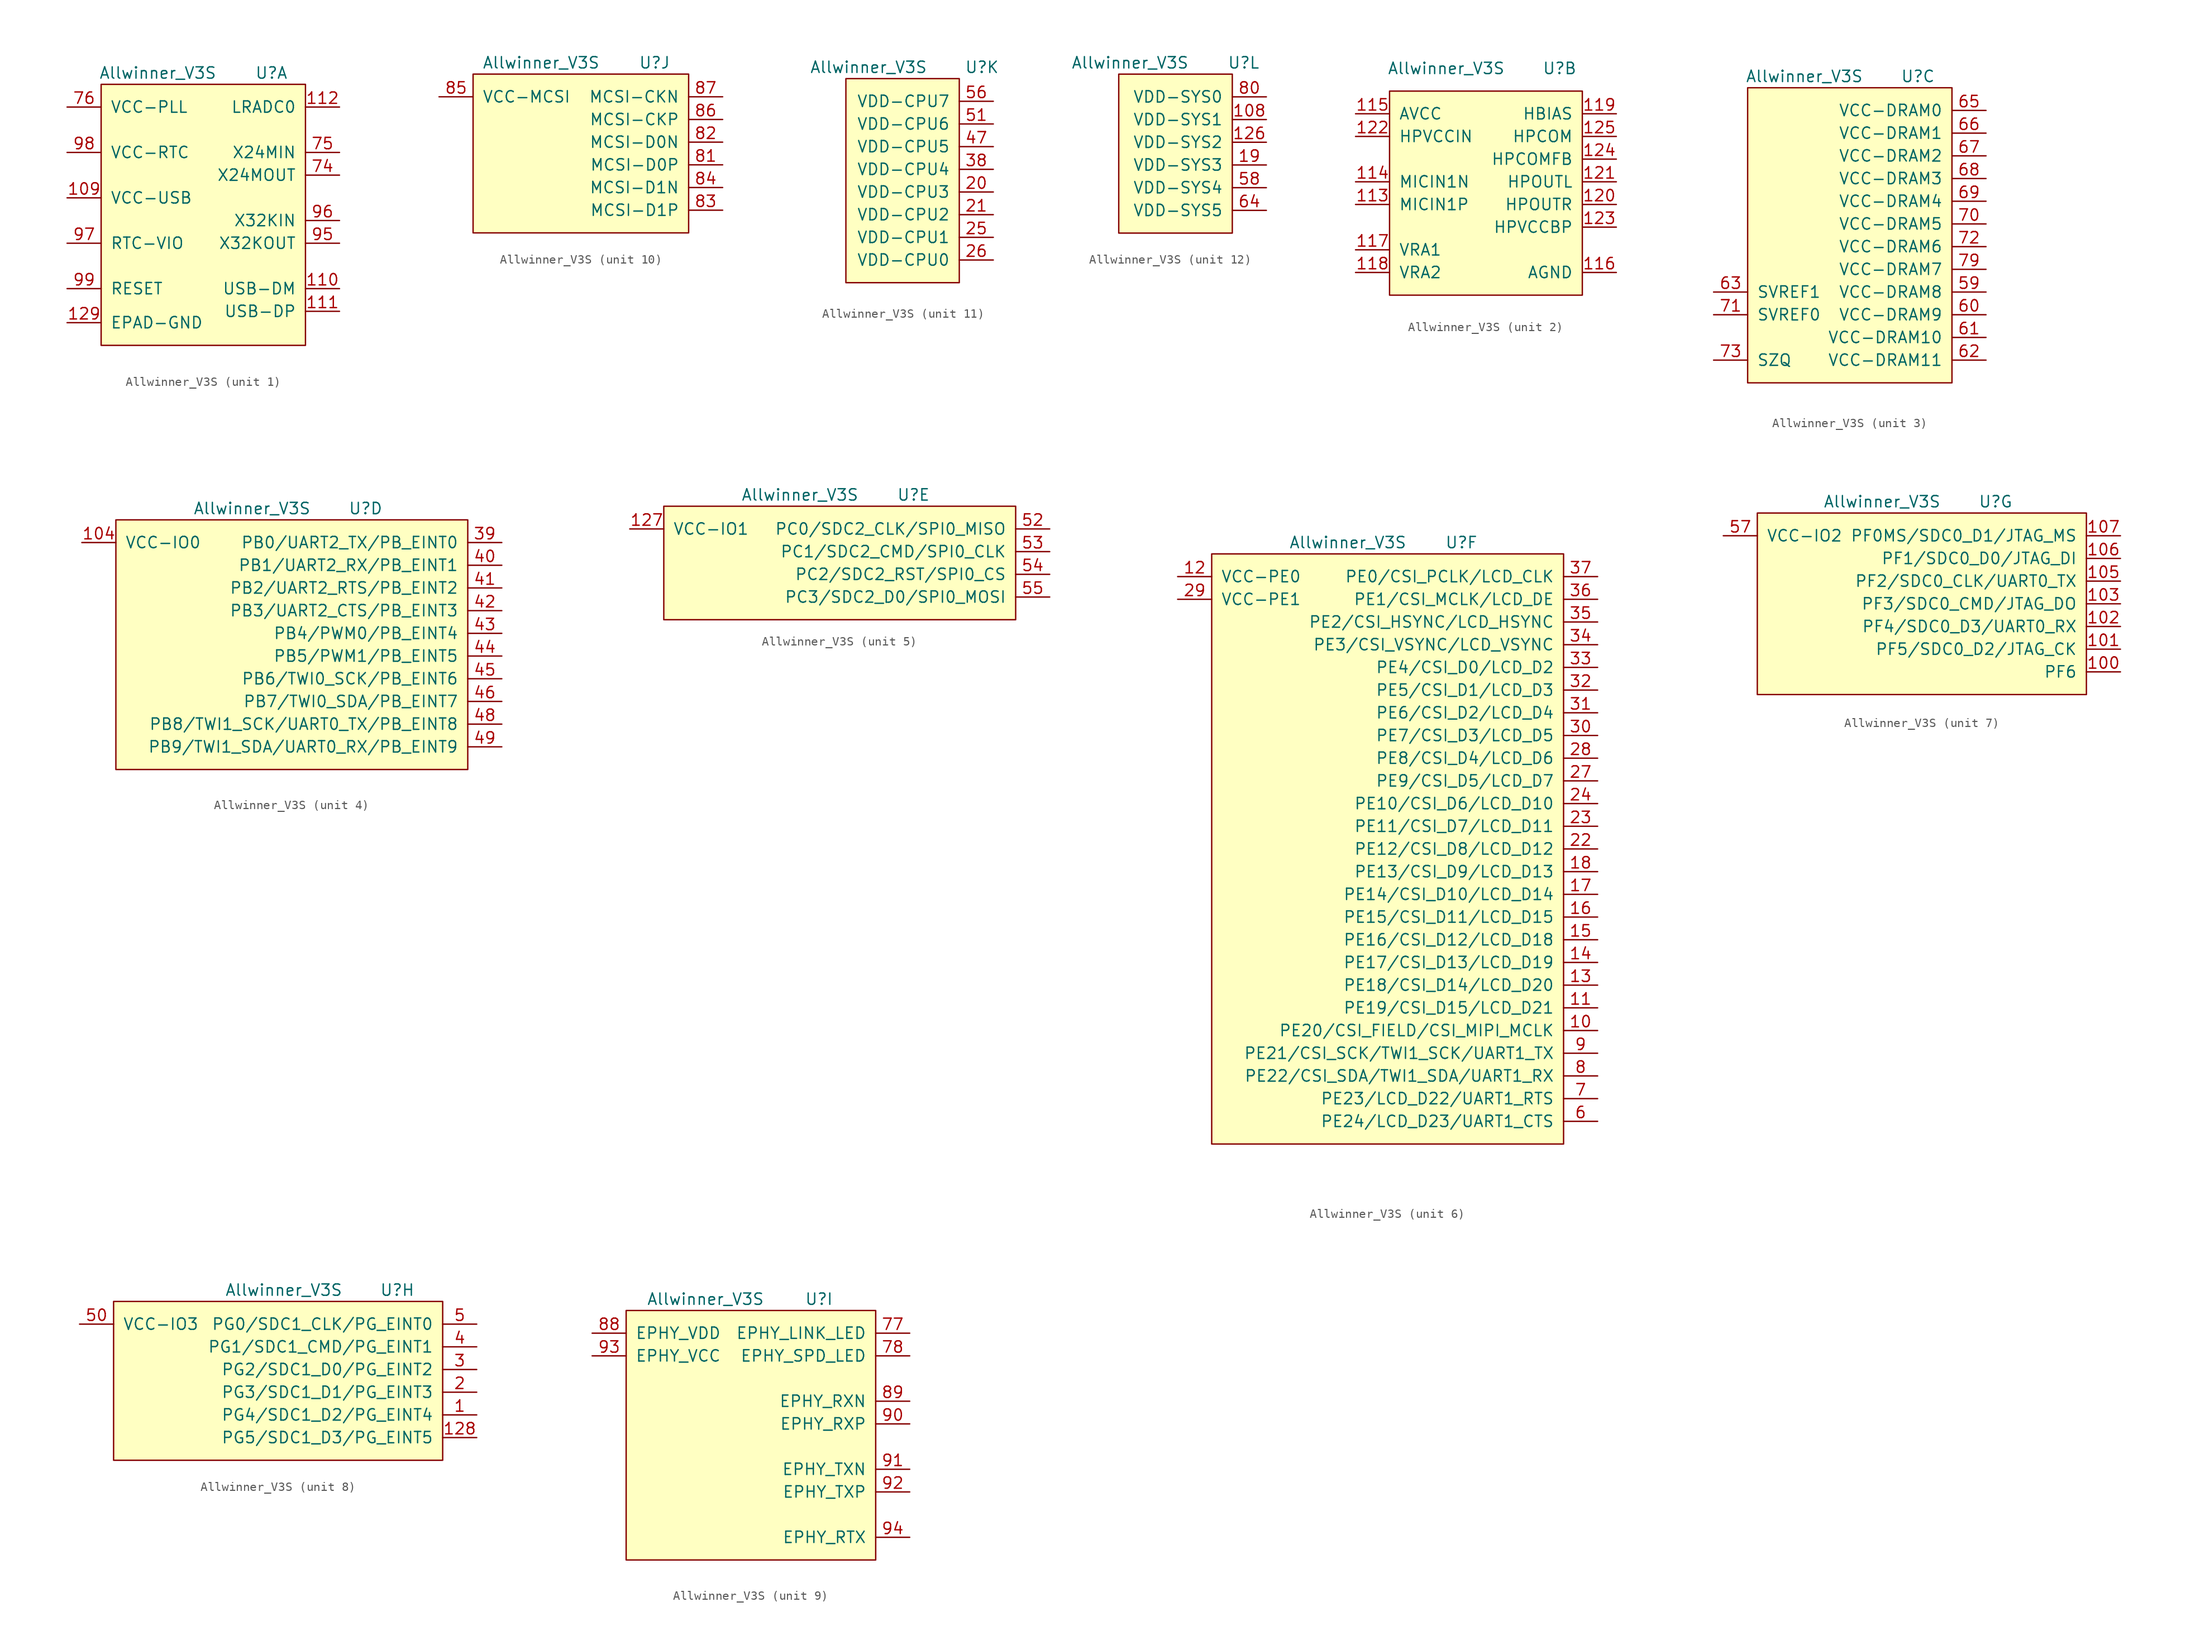
<source format=kicad_sym>
(kicad_symbol_lib
  (version 20220914)
  (generator kicad_symbol_editor)
  (symbol "Allwinner_V3S"
    (pin_names
      (offset 1.016))
    (property "Reference" "U"
      (at 7.62 1.27 0)
      (effects (font (size 1.27 1.27))))
    (property "Value" "Allwinner_V3S"
      (at -5.08 1.27 0)
      (effects (font (size 1.27 1.27))))
    (property "ki_locked" ""
      (at 0 0 0)
      (effects (font (size 1.27 1.27))))
    (symbol "Allwinner_V3S_1_0"
      (pin bidirectional line (at 15.24 -22.86 180) (length 3.81) (name "USB-DM" (effects (font (size 1.27 1.27)))) (number "110" (effects (font (size 1.27 1.27)))))
      (pin bidirectional line (at 15.24 -25.4 180) (length 3.81) (name "USB-DP" (effects (font (size 1.27 1.27)))) (number "111" (effects (font (size 1.27 1.27)))))
      (pin input line (at 15.24 -2.54 180) (length 3.81) (name "LRADC0" (effects (font (size 1.27 1.27)))) (number "112" (effects (font (size 1.27 1.27)))))
      (pin output line (at 15.24 -10.16 180) (length 3.81) (name "X24MOUT" (effects (font (size 1.27 1.27)))) (number "74" (effects (font (size 1.27 1.27)))))
      (pin input line (at 15.24 -7.62 180) (length 3.81) (name "X24MIN" (effects (font (size 1.27 1.27)))) (number "75" (effects (font (size 1.27 1.27)))))
      (pin output line (at 15.24 -17.78 180) (length 3.81) (name "X32KOUT" (effects (font (size 1.27 1.27)))) (number "95" (effects (font (size 1.27 1.27)))))
      (pin input line (at 15.24 -15.24 180) (length 3.81) (name "X32KIN" (effects (font (size 1.27 1.27)))) (number "96" (effects (font (size 1.27 1.27)))))
      (pin power_out line (at -15.24 -17.78 0) (length 3.81) (name "RTC-VIO" (effects (font (size 1.27 1.27)))) (number "97" (effects (font (size 1.27 1.27)))))
      (pin input line (at -15.24 -22.86 0) (length 3.81) (name "RESET" (effects (font (size 1.27 1.27)))) (number "99" (effects (font (size 1.27 1.27))))))
    (symbol "Allwinner_V3S_1_1"
      (rectangle (start -11.43 0) (end 11.43 -29.21) (stroke (width 0) (type solid)) (fill (type background)))
      (pin power_in line (at -15.24 -12.7 0) (length 3.81) (name "VCC-USB" (effects (font (size 1.27 1.27)))) (number "109" (effects (font (size 1.27 1.27)))))
      (pin power_in line (at -15.24 -26.67 0) (length 3.81) (name "EPAD-GND" (effects (font (size 1.27 1.27)))) (number "129" (effects (font (size 1.27 1.27)))))
      (pin power_in line (at -15.24 -2.54 0) (length 3.81) (name "VCC-PLL" (effects (font (size 1.27 1.27)))) (number "76" (effects (font (size 1.27 1.27)))))
      (pin power_in line (at -15.24 -7.62 0) (length 3.81) (name "VCC-RTC" (effects (font (size 1.27 1.27)))) (number "98" (effects (font (size 1.27 1.27))))))
    (symbol "Allwinner_V3S_2_0"
      (pin bidirectional line (at -15.24 -13.97 0) (length 3.81) (name "MICIN1P" (effects (font (size 1.27 1.27)))) (number "113" (effects (font (size 1.27 1.27)))))
      (pin bidirectional line (at -15.24 -11.43 0) (length 3.81) (name "MICIN1N" (effects (font (size 1.27 1.27)))) (number "114" (effects (font (size 1.27 1.27)))))
      (pin power_in line (at -15.24 -3.81 0) (length 3.81) (name "AVCC" (effects (font (size 1.27 1.27)))) (number "115" (effects (font (size 1.27 1.27)))))
      (pin power_in line (at 13.97 -21.59 180) (length 3.81) (name "AGND" (effects (font (size 1.27 1.27)))) (number "116" (effects (font (size 1.27 1.27)))))
      (pin output line (at -15.24 -19.05 0) (length 3.81) (name "VRA1" (effects (font (size 1.27 1.27)))) (number "117" (effects (font (size 1.27 1.27)))))
      (pin output line (at -15.24 -21.59 0) (length 3.81) (name "VRA2" (effects (font (size 1.27 1.27)))) (number "118" (effects (font (size 1.27 1.27)))))
      (pin output line (at 13.97 -3.81 180) (length 3.81) (name "HBIAS" (effects (font (size 1.27 1.27)))) (number "119" (effects (font (size 1.27 1.27)))))
      (pin output line (at 13.97 -13.97 180) (length 3.81) (name "HPOUTR" (effects (font (size 1.27 1.27)))) (number "120" (effects (font (size 1.27 1.27)))))
      (pin output line (at 13.97 -11.43 180) (length 3.81) (name "HPOUTL" (effects (font (size 1.27 1.27)))) (number "121" (effects (font (size 1.27 1.27)))))
      (pin power_in line (at -15.24 -6.35 0) (length 3.81) (name "HPVCCIN" (effects (font (size 1.27 1.27)))) (number "122" (effects (font (size 1.27 1.27)))))
      (pin input line (at 13.97 -16.51 180) (length 3.81) (name "HPVCCBP" (effects (font (size 1.27 1.27)))) (number "123" (effects (font (size 1.27 1.27)))))
      (pin input line (at 13.97 -8.89 180) (length 3.81) (name "HPCOMFB" (effects (font (size 1.27 1.27)))) (number "124" (effects (font (size 1.27 1.27)))))
      (pin output line (at 13.97 -6.35 180) (length 3.81) (name "HPCOM" (effects (font (size 1.27 1.27)))) (number "125" (effects (font (size 1.27 1.27))))))
    (symbol "Allwinner_V3S_2_1"
      (rectangle (start -11.43 -1.27) (end 10.16 -24.13) (stroke (width 0) (type solid)) (fill (type background))))
    (symbol "Allwinner_V3S_3_0"
      (pin power_in line (at 15.24 -22.86 180) (length 3.81) (name "VCC-DRAM8" (effects (font (size 1.27 1.27)))) (number "59" (effects (font (size 1.27 1.27)))))
      (pin power_in line (at 15.24 -25.4 180) (length 3.81) (name "VCC-DRAM9" (effects (font (size 1.27 1.27)))) (number "60" (effects (font (size 1.27 1.27)))))
      (pin power_in line (at 15.24 -27.94 180) (length 3.81) (name "VCC-DRAM10" (effects (font (size 1.27 1.27)))) (number "61" (effects (font (size 1.27 1.27)))))
      (pin power_in line (at 15.24 -30.48 180) (length 3.81) (name "VCC-DRAM11" (effects (font (size 1.27 1.27)))) (number "62" (effects (font (size 1.27 1.27)))))
      (pin power_in line (at 15.24 -2.54 180) (length 3.81) (name "VCC-DRAM0" (effects (font (size 1.27 1.27)))) (number "65" (effects (font (size 1.27 1.27)))))
      (pin power_in line (at 15.24 -5.08 180) (length 3.81) (name "VCC-DRAM1" (effects (font (size 1.27 1.27)))) (number "66" (effects (font (size 1.27 1.27)))))
      (pin power_in line (at 15.24 -7.62 180) (length 3.81) (name "VCC-DRAM2" (effects (font (size 1.27 1.27)))) (number "67" (effects (font (size 1.27 1.27)))))
      (pin power_in line (at 15.24 -10.16 180) (length 3.81) (name "VCC-DRAM3" (effects (font (size 1.27 1.27)))) (number "68" (effects (font (size 1.27 1.27)))))
      (pin power_in line (at 15.24 -12.7 180) (length 3.81) (name "VCC-DRAM4" (effects (font (size 1.27 1.27)))) (number "69" (effects (font (size 1.27 1.27)))))
      (pin power_in line (at 15.24 -15.24 180) (length 3.81) (name "VCC-DRAM5" (effects (font (size 1.27 1.27)))) (number "70" (effects (font (size 1.27 1.27)))))
      (pin power_in line (at 15.24 -17.78 180) (length 3.81) (name "VCC-DRAM6" (effects (font (size 1.27 1.27)))) (number "72" (effects (font (size 1.27 1.27)))))
      (pin power_in line (at 15.24 -20.32 180) (length 3.81) (name "VCC-DRAM7" (effects (font (size 1.27 1.27)))) (number "79" (effects (font (size 1.27 1.27))))))
    (symbol "Allwinner_V3S_3_1"
      (rectangle (start -11.43 0) (end 11.43 -33.02) (stroke (width 0) (type solid)) (fill (type background)))
      (pin input line (at -15.24 -22.86 0) (length 3.81) (name "SVREF1" (effects (font (size 1.27 1.27)))) (number "63" (effects (font (size 1.27 1.27)))))
      (pin input line (at -15.24 -25.4 0) (length 3.81) (name "SVREF0" (effects (font (size 1.27 1.27)))) (number "71" (effects (font (size 1.27 1.27)))))
      (pin input line (at -15.24 -30.48 0) (length 3.81) (name "SZQ" (effects (font (size 1.27 1.27)))) (number "73" (effects (font (size 1.27 1.27))))))
    (symbol "Allwinner_V3S_4_0"
      (pin bidirectional line (at 22.86 -2.54 180) (length 3.81) (name "PB0/UART2_TX/PB_EINT0" (effects (font (size 1.27 1.27)))) (number "39" (effects (font (size 1.27 1.27)))))
      (pin bidirectional line (at 22.86 -5.08 180) (length 3.81) (name "PB1/UART2_RX/PB_EINT1" (effects (font (size 1.27 1.27)))) (number "40" (effects (font (size 1.27 1.27)))))
      (pin bidirectional line (at 22.86 -7.62 180) (length 3.81) (name "PB2/UART2_RTS/PB_EINT2" (effects (font (size 1.27 1.27)))) (number "41" (effects (font (size 1.27 1.27)))))
      (pin bidirectional line (at 22.86 -10.16 180) (length 3.81) (name "PB3/UART2_CTS/PB_EINT3" (effects (font (size 1.27 1.27)))) (number "42" (effects (font (size 1.27 1.27)))))
      (pin bidirectional line (at 22.86 -12.7 180) (length 3.81) (name "PB4/PWM0/PB_EINT4" (effects (font (size 1.27 1.27)))) (number "43" (effects (font (size 1.27 1.27)))))
      (pin bidirectional line (at 22.86 -15.24 180) (length 3.81) (name "PB5/PWM1/PB_EINT5" (effects (font (size 1.27 1.27)))) (number "44" (effects (font (size 1.27 1.27)))))
      (pin bidirectional line (at 22.86 -17.78 180) (length 3.81) (name "PB6/TWI0_SCK/PB_EINT6" (effects (font (size 1.27 1.27)))) (number "45" (effects (font (size 1.27 1.27)))))
      (pin bidirectional line (at 22.86 -20.32 180) (length 3.81) (name "PB7/TWI0_SDA/PB_EINT7" (effects (font (size 1.27 1.27)))) (number "46" (effects (font (size 1.27 1.27)))))
      (pin bidirectional line (at 22.86 -22.86 180) (length 3.81) (name "PB8/TWI1_SCK/UART0_TX/PB_EINT8" (effects (font (size 1.27 1.27)))) (number "48" (effects (font (size 1.27 1.27)))))
      (pin bidirectional line (at 22.86 -25.4 180) (length 3.81) (name "PB9/TWI1_SDA/UART0_RX/PB_EINT9" (effects (font (size 1.27 1.27)))) (number "49" (effects (font (size 1.27 1.27))))))
    (symbol "Allwinner_V3S_4_1"
      (rectangle (start -20.32 0) (end 19.05 -27.94) (stroke (width 0) (type solid)) (fill (type background)))
      (pin power_in line (at -24.13 -2.54 0) (length 3.81) (name "VCC-IO0" (effects (font (size 1.27 1.27)))) (number "104" (effects (font (size 1.27 1.27))))))
    (symbol "Allwinner_V3S_5_0"
      (pin bidirectional line (at 22.86 -2.54 180) (length 3.81) (name "PC0/SDC2_CLK/SPI0_MISO" (effects (font (size 1.27 1.27)))) (number "52" (effects (font (size 1.27 1.27)))))
      (pin bidirectional line (at 22.86 -5.08 180) (length 3.81) (name "PC1/SDC2_CMD/SPI0_CLK" (effects (font (size 1.27 1.27)))) (number "53" (effects (font (size 1.27 1.27)))))
      (pin bidirectional line (at 22.86 -7.62 180) (length 3.81) (name "PC2/SDC2_RST/SPI0_CS" (effects (font (size 1.27 1.27)))) (number "54" (effects (font (size 1.27 1.27)))))
      (pin bidirectional line (at 22.86 -10.16 180) (length 3.81) (name "PC3/SDC2_D0/SPI0_MOSI" (effects (font (size 1.27 1.27)))) (number "55" (effects (font (size 1.27 1.27))))))
    (symbol "Allwinner_V3S_5_1"
      (rectangle (start 19.05 0) (end -20.32 -12.7) (stroke (width 0) (type solid)) (fill (type background)))
      (pin power_in line (at -24.13 -2.54 0) (length 3.81) (name "VCC-IO1" (effects (font (size 1.27 1.27)))) (number "127" (effects (font (size 1.27 1.27))))))
    (symbol "Allwinner_V3S_6_0"
      (pin bidirectional line (at 22.86 -53.34 180) (length 3.81) (name "PE20/CSI_FIELD/CSI_MIPI_MCLK" (effects (font (size 1.27 1.27)))) (number "10" (effects (font (size 1.27 1.27)))))
      (pin bidirectional line (at 22.86 -50.8 180) (length 3.81) (name "PE19/CSI_D15/LCD_D21" (effects (font (size 1.27 1.27)))) (number "11" (effects (font (size 1.27 1.27)))))
      (pin bidirectional line (at 22.86 -48.26 180) (length 3.81) (name "PE18/CSI_D14/LCD_D20" (effects (font (size 1.27 1.27)))) (number "13" (effects (font (size 1.27 1.27)))))
      (pin bidirectional line (at 22.86 -45.72 180) (length 3.81) (name "PE17/CSI_D13/LCD_D19" (effects (font (size 1.27 1.27)))) (number "14" (effects (font (size 1.27 1.27)))))
      (pin bidirectional line (at 22.86 -43.18 180) (length 3.81) (name "PE16/CSI_D12/LCD_D18" (effects (font (size 1.27 1.27)))) (number "15" (effects (font (size 1.27 1.27)))))
      (pin bidirectional line (at 22.86 -40.64 180) (length 3.81) (name "PE15/CSI_D11/LCD_D15" (effects (font (size 1.27 1.27)))) (number "16" (effects (font (size 1.27 1.27)))))
      (pin bidirectional line (at 22.86 -38.1 180) (length 3.81) (name "PE14/CSI_D10/LCD_D14" (effects (font (size 1.27 1.27)))) (number "17" (effects (font (size 1.27 1.27)))))
      (pin bidirectional line (at 22.86 -35.56 180) (length 3.81) (name "PE13/CSI_D9/LCD_D13" (effects (font (size 1.27 1.27)))) (number "18" (effects (font (size 1.27 1.27)))))
      (pin bidirectional line (at 22.86 -33.02 180) (length 3.81) (name "PE12/CSI_D8/LCD_D12" (effects (font (size 1.27 1.27)))) (number "22" (effects (font (size 1.27 1.27)))))
      (pin bidirectional line (at 22.86 -30.48 180) (length 3.81) (name "PE11/CSI_D7/LCD_D11" (effects (font (size 1.27 1.27)))) (number "23" (effects (font (size 1.27 1.27)))))
      (pin bidirectional line (at 22.86 -27.94 180) (length 3.81) (name "PE10/CSI_D6/LCD_D10" (effects (font (size 1.27 1.27)))) (number "24" (effects (font (size 1.27 1.27)))))
      (pin bidirectional line (at 22.86 -25.4 180) (length 3.81) (name "PE9/CSI_D5/LCD_D7" (effects (font (size 1.27 1.27)))) (number "27" (effects (font (size 1.27 1.27)))))
      (pin bidirectional line (at 22.86 -22.86 180) (length 3.81) (name "PE8/CSI_D4/LCD_D6" (effects (font (size 1.27 1.27)))) (number "28" (effects (font (size 1.27 1.27)))))
      (pin bidirectional line (at 22.86 -20.32 180) (length 3.81) (name "PE7/CSI_D3/LCD_D5" (effects (font (size 1.27 1.27)))) (number "30" (effects (font (size 1.27 1.27)))))
      (pin bidirectional line (at 22.86 -17.78 180) (length 3.81) (name "PE6/CSI_D2/LCD_D4" (effects (font (size 1.27 1.27)))) (number "31" (effects (font (size 1.27 1.27)))))
      (pin bidirectional line (at 22.86 -15.24 180) (length 3.81) (name "PE5/CSI_D1/LCD_D3" (effects (font (size 1.27 1.27)))) (number "32" (effects (font (size 1.27 1.27)))))
      (pin bidirectional line (at 22.86 -12.7 180) (length 3.81) (name "PE4/CSI_D0/LCD_D2" (effects (font (size 1.27 1.27)))) (number "33" (effects (font (size 1.27 1.27)))))
      (pin bidirectional line (at 22.86 -10.16 180) (length 3.81) (name "PE3/CSI_VSYNC/LCD_VSYNC" (effects (font (size 1.27 1.27)))) (number "34" (effects (font (size 1.27 1.27)))))
      (pin bidirectional line (at 22.86 -7.62 180) (length 3.81) (name "PE2/CSI_HSYNC/LCD_HSYNC" (effects (font (size 1.27 1.27)))) (number "35" (effects (font (size 1.27 1.27)))))
      (pin bidirectional line (at 22.86 -5.08 180) (length 3.81) (name "PE1/CSI_MCLK/LCD_DE" (effects (font (size 1.27 1.27)))) (number "36" (effects (font (size 1.27 1.27)))))
      (pin bidirectional line (at 22.86 -2.54 180) (length 3.81) (name "PE0/CSI_PCLK/LCD_CLK" (effects (font (size 1.27 1.27)))) (number "37" (effects (font (size 1.27 1.27)))))
      (pin bidirectional line (at 22.86 -63.5 180) (length 3.81) (name "PE24/LCD_D23/UART1_CTS" (effects (font (size 1.27 1.27)))) (number "6" (effects (font (size 1.27 1.27)))))
      (pin bidirectional line (at 22.86 -60.96 180) (length 3.81) (name "PE23/LCD_D22/UART1_RTS" (effects (font (size 1.27 1.27)))) (number "7" (effects (font (size 1.27 1.27)))))
      (pin bidirectional line (at 22.86 -58.42 180) (length 3.81) (name "PE22/CSI_SDA/TWI1_SDA/UART1_RX" (effects (font (size 1.27 1.27)))) (number "8" (effects (font (size 1.27 1.27)))))
      (pin bidirectional line (at 22.86 -55.88 180) (length 3.81) (name "PE21/CSI_SCK/TWI1_SCK/UART1_TX" (effects (font (size 1.27 1.27)))) (number "9" (effects (font (size 1.27 1.27))))))
    (symbol "Allwinner_V3S_6_1"
      (rectangle (start 19.05 0) (end -20.32 -66.04) (stroke (width 0) (type solid)) (fill (type background)))
      (pin power_in line (at -24.13 -2.54 0) (length 3.81) (name "VCC-PE0" (effects (font (size 1.27 1.27)))) (number "12" (effects (font (size 1.27 1.27)))))
      (pin power_in line (at -24.13 -5.08 0) (length 3.81) (name "VCC-PE1" (effects (font (size 1.27 1.27)))) (number "29" (effects (font (size 1.27 1.27))))))
    (symbol "Allwinner_V3S_7_0"
      (pin bidirectional line (at 21.59 -17.78 180) (length 3.81) (name "PF6" (effects (font (size 1.27 1.27)))) (number "100" (effects (font (size 1.27 1.27)))))
      (pin bidirectional line (at 21.59 -15.24 180) (length 3.81) (name "PF5/SDC0_D2/JTAG_CK" (effects (font (size 1.27 1.27)))) (number "101" (effects (font (size 1.27 1.27)))))
      (pin bidirectional line (at 21.59 -12.7 180) (length 3.81) (name "PF4/SDC0_D3/UART0_RX" (effects (font (size 1.27 1.27)))) (number "102" (effects (font (size 1.27 1.27)))))
      (pin bidirectional line (at 21.59 -10.16 180) (length 3.81) (name "PF3/SDC0_CMD/JTAG_DO" (effects (font (size 1.27 1.27)))) (number "103" (effects (font (size 1.27 1.27)))))
      (pin bidirectional line (at 21.59 -7.62 180) (length 3.81) (name "PF2/SDC0_CLK/UART0_TX" (effects (font (size 1.27 1.27)))) (number "105" (effects (font (size 1.27 1.27)))))
      (pin bidirectional line (at 21.59 -5.08 180) (length 3.81) (name "PF1/SDC0_D0/JTAG_DI" (effects (font (size 1.27 1.27)))) (number "106" (effects (font (size 1.27 1.27)))))
      (pin bidirectional line (at 21.59 -2.54 180) (length 3.81) (name "PF0MS/SDC0_D1/JTAG_MS" (effects (font (size 1.27 1.27)))) (number "107" (effects (font (size 1.27 1.27))))))
    (symbol "Allwinner_V3S_7_1"
      (rectangle (start 17.78 0) (end -19.05 -20.32) (stroke (width 0) (type solid)) (fill (type background)))
      (pin power_in line (at -22.86 -2.54 0) (length 3.81) (name "VCC-IO2" (effects (font (size 1.27 1.27)))) (number "57" (effects (font (size 1.27 1.27))))))
    (symbol "Allwinner_V3S_8_0"
      (pin bidirectional line (at 16.51 -12.7 180) (length 3.81) (name "PG4/SDC1_D2/PG_EINT4" (effects (font (size 1.27 1.27)))) (number "1" (effects (font (size 1.27 1.27)))))
      (pin bidirectional line (at 16.51 -15.24 180) (length 3.81) (name "PG5/SDC1_D3/PG_EINT5" (effects (font (size 1.27 1.27)))) (number "128" (effects (font (size 1.27 1.27)))))
      (pin bidirectional line (at 16.51 -10.16 180) (length 3.81) (name "PG3/SDC1_D1/PG_EINT3" (effects (font (size 1.27 1.27)))) (number "2" (effects (font (size 1.27 1.27)))))
      (pin bidirectional line (at 16.51 -7.62 180) (length 3.81) (name "PG2/SDC1_D0/PG_EINT2" (effects (font (size 1.27 1.27)))) (number "3" (effects (font (size 1.27 1.27)))))
      (pin bidirectional line (at 16.51 -5.08 180) (length 3.81) (name "PG1/SDC1_CMD/PG_EINT1" (effects (font (size 1.27 1.27)))) (number "4" (effects (font (size 1.27 1.27)))))
      (pin bidirectional line (at 16.51 -2.54 180) (length 3.81) (name "PG0/SDC1_CLK/PG_EINT0" (effects (font (size 1.27 1.27)))) (number "5" (effects (font (size 1.27 1.27)))))
      (pin power_in line (at -27.94 -2.54 0) (length 3.81) (name "VCC-IO3" (effects (font (size 1.27 1.27)))) (number "50" (effects (font (size 1.27 1.27))))))
    (symbol "Allwinner_V3S_8_1"
      (rectangle (start 12.7 0) (end -24.13 -17.78) (stroke (width 0) (type solid)) (fill (type background))))
    (symbol "Allwinner_V3S_9_0"
      (pin output line (at 17.78 -2.54 180) (length 3.81) (name "EPHY_LINK_LED" (effects (font (size 1.27 1.27)))) (number "77" (effects (font (size 1.27 1.27)))))
      (pin output line (at 17.78 -5.08 180) (length 3.81) (name "EPHY_SPD_LED" (effects (font (size 1.27 1.27)))) (number "78" (effects (font (size 1.27 1.27)))))
      (pin power_in line (at -17.78 -2.54 0) (length 3.81) (name "EPHY_VDD" (effects (font (size 1.27 1.27)))) (number "88" (effects (font (size 1.27 1.27)))))
      (pin input line (at 17.78 -10.16 180) (length 3.81) (name "EPHY_RXN" (effects (font (size 1.27 1.27)))) (number "89" (effects (font (size 1.27 1.27)))))
      (pin input line (at 17.78 -12.7 180) (length 3.81) (name "EPHY_RXP" (effects (font (size 1.27 1.27)))) (number "90" (effects (font (size 1.27 1.27)))))
      (pin output line (at 17.78 -17.78 180) (length 3.81) (name "EPHY_TXN" (effects (font (size 1.27 1.27)))) (number "91" (effects (font (size 1.27 1.27)))))
      (pin output line (at 17.78 -20.32 180) (length 3.81) (name "EPHY_TXP" (effects (font (size 1.27 1.27)))) (number "92" (effects (font (size 1.27 1.27)))))
      (pin power_in line (at -17.78 -5.08 0) (length 3.81) (name "EPHY_VCC" (effects (font (size 1.27 1.27)))) (number "93" (effects (font (size 1.27 1.27)))))
      (pin input line (at 17.78 -25.4 180) (length 3.81) (name "EPHY_RTX" (effects (font (size 1.27 1.27)))) (number "94" (effects (font (size 1.27 1.27))))))
    (symbol "Allwinner_V3S_9_1"
      (rectangle (start -13.97 0) (end 13.97 -27.94) (stroke (width 0) (type solid)) (fill (type background))))
    (symbol "Allwinner_V3S_10_0"
      (pin input line (at 15.24 -10.16 180) (length 3.81) (name "MCSI-D0P" (effects (font (size 1.27 1.27)))) (number "81" (effects (font (size 1.27 1.27)))))
      (pin input line (at 15.24 -7.62 180) (length 3.81) (name "MCSI-D0N" (effects (font (size 1.27 1.27)))) (number "82" (effects (font (size 1.27 1.27)))))
      (pin input line (at 15.24 -15.24 180) (length 3.81) (name "MCSI-D1P" (effects (font (size 1.27 1.27)))) (number "83" (effects (font (size 1.27 1.27)))))
      (pin input line (at 15.24 -12.7 180) (length 3.81) (name "MCSI-D1N" (effects (font (size 1.27 1.27)))) (number "84" (effects (font (size 1.27 1.27)))))
      (pin output line (at 15.24 -5.08 180) (length 3.81) (name "MCSI-CKP" (effects (font (size 1.27 1.27)))) (number "86" (effects (font (size 1.27 1.27)))))
      (pin output line (at 15.24 -2.54 180) (length 3.81) (name "MCSI-CKN" (effects (font (size 1.27 1.27)))) (number "87" (effects (font (size 1.27 1.27))))))
    (symbol "Allwinner_V3S_10_1"
      (rectangle (start -12.7 0) (end 11.43 -17.78) (stroke (width 0) (type solid)) (fill (type background)))
      (pin power_in line (at -16.51 -2.54 0) (length 3.81) (name "VCC-MCSI" (effects (font (size 1.27 1.27)))) (number "85" (effects (font (size 1.27 1.27))))))
    (symbol "Allwinner_V3S_11_0"
      (pin power_in line (at 8.89 -12.7 180) (length 3.81) (name "VDD-CPU3" (effects (font (size 1.27 1.27)))) (number "20" (effects (font (size 1.27 1.27)))))
      (pin power_in line (at 8.89 -15.24 180) (length 3.81) (name "VDD-CPU2" (effects (font (size 1.27 1.27)))) (number "21" (effects (font (size 1.27 1.27)))))
      (pin power_in line (at 8.89 -17.78 180) (length 3.81) (name "VDD-CPU1" (effects (font (size 1.27 1.27)))) (number "25" (effects (font (size 1.27 1.27)))))
      (pin power_in line (at 8.89 -20.32 180) (length 3.81) (name "VDD-CPU0" (effects (font (size 1.27 1.27)))) (number "26" (effects (font (size 1.27 1.27)))))
      (pin power_in line (at 8.89 -10.16 180) (length 3.81) (name "VDD-CPU4" (effects (font (size 1.27 1.27)))) (number "38" (effects (font (size 1.27 1.27)))))
      (pin power_in line (at 8.89 -7.62 180) (length 3.81) (name "VDD-CPU5" (effects (font (size 1.27 1.27)))) (number "47" (effects (font (size 1.27 1.27)))))
      (pin power_in line (at 8.89 -5.08 180) (length 3.81) (name "VDD-CPU6" (effects (font (size 1.27 1.27)))) (number "51" (effects (font (size 1.27 1.27)))))
      (pin power_in line (at 8.89 -2.54 180) (length 3.81) (name "VDD-CPU7" (effects (font (size 1.27 1.27)))) (number "56" (effects (font (size 1.27 1.27))))))
    (symbol "Allwinner_V3S_11_1"
      (rectangle (start -7.62 0) (end 5.08 -22.86) (stroke (width 0) (type solid)) (fill (type background))))
    (symbol "Allwinner_V3S_12_1"
      (rectangle (start -6.35 0) (end 6.35 -17.78) (stroke (width 0) (type solid)) (fill (type background)))
      (pin power_in line (at 10.16 -5.08 180) (length 3.81) (name "VDD-SYS1" (effects (font (size 1.27 1.27)))) (number "108" (effects (font (size 1.27 1.27)))))
      (pin power_in line (at 10.16 -7.62 180) (length 3.81) (name "VDD-SYS2" (effects (font (size 1.27 1.27)))) (number "126" (effects (font (size 1.27 1.27)))))
      (pin power_in line (at 10.16 -10.16 180) (length 3.81) (name "VDD-SYS3" (effects (font (size 1.27 1.27)))) (number "19" (effects (font (size 1.27 1.27)))))
      (pin power_in line (at 10.16 -12.7 180) (length 3.81) (name "VDD-SYS4" (effects (font (size 1.27 1.27)))) (number "58" (effects (font (size 1.27 1.27)))))
      (pin power_in line (at 10.16 -15.24 180) (length 3.81) (name "VDD-SYS5" (effects (font (size 1.27 1.27)))) (number "64" (effects (font (size 1.27 1.27)))))
      (pin power_in line (at 10.16 -2.54 180) (length 3.81) (name "VDD-SYS0" (effects (font (size 1.27 1.27)))) (number "80" (effects (font (size 1.27 1.27))))))))
</source>
